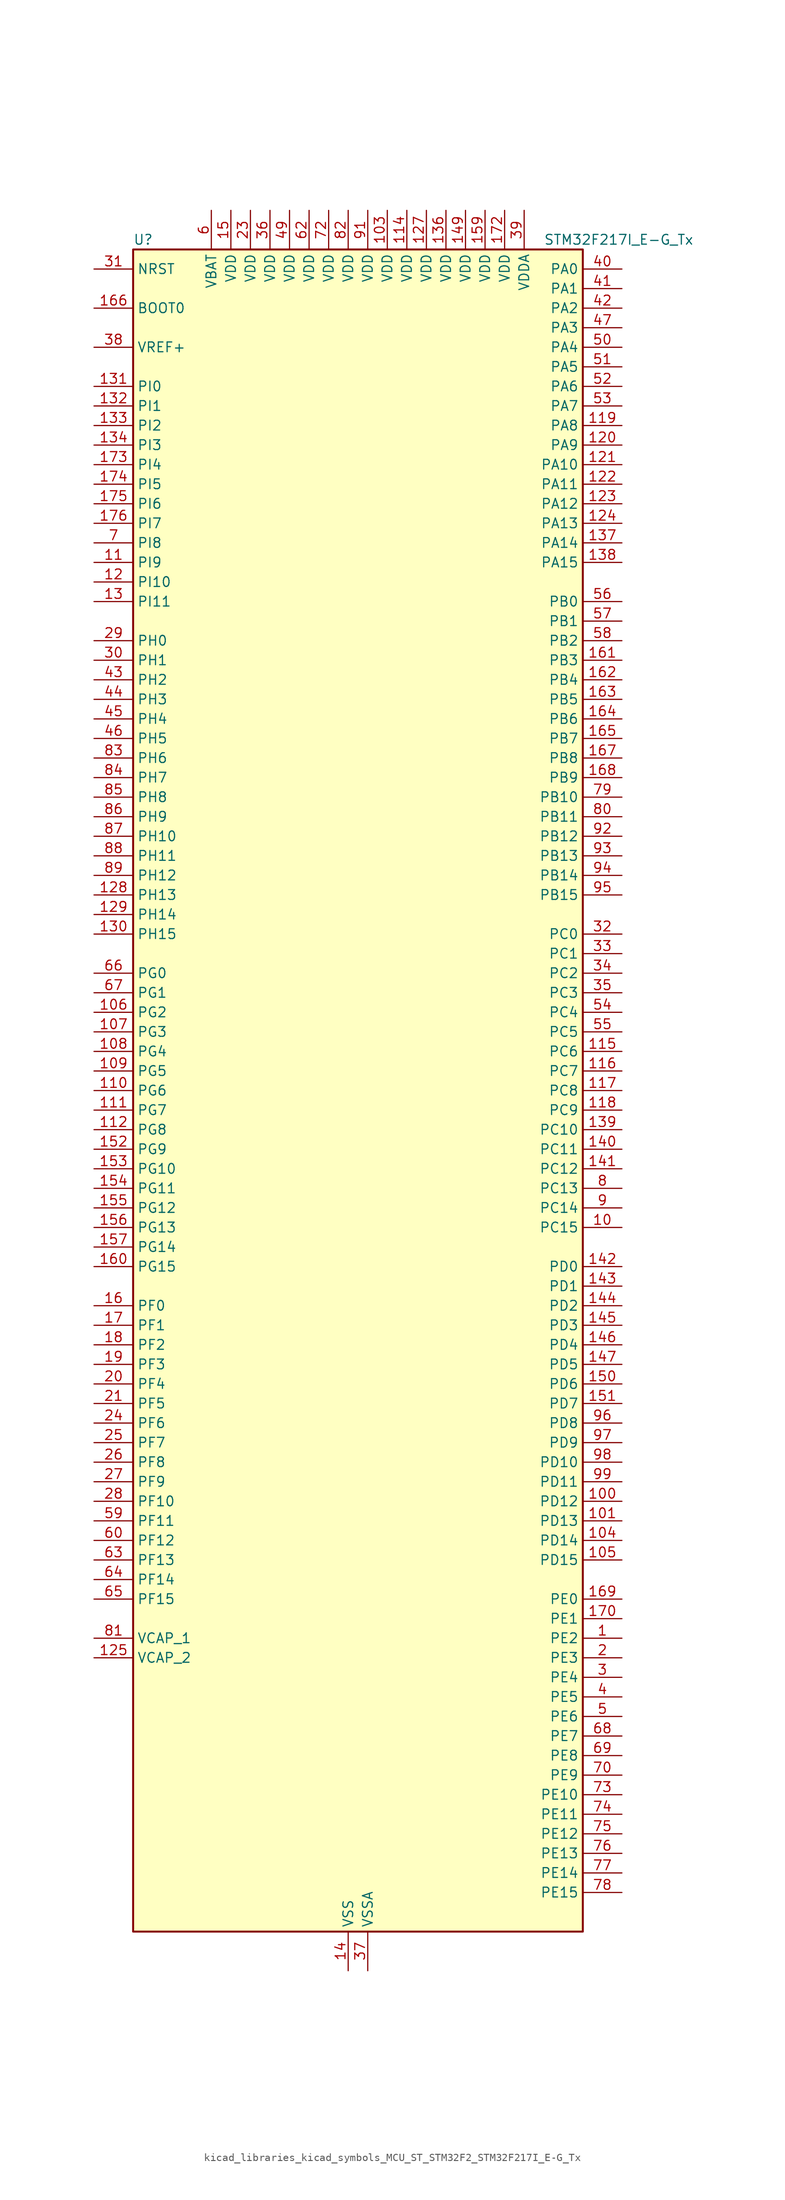
<source format=kicad_sym>
(kicad_symbol_lib
  (version 20220914)
  (generator kicad_symbol_editor)
  (symbol "kicad_libraries_kicad_symbols_MCU_ST_STM32F2_STM32F217I_E-G_Tx"
    (property "Reference" "U"
      (at -27.94 110.49 0)
      (effects (font (size 1.27 1.27)) (justify left)))
    (property "Value" "STM32F217I_E-G_Tx"
      (at 25.4 110.49 0)
      (effects (font (size 1.27 1.27)) (justify left)))
    (property "ki_locked" ""
      (at 0 0 0)
      (effects (font (size 1.27 1.27))))
    (symbol "kicad_libraries_kicad_symbols_MCU_ST_STM32F2_STM32F217I_E-G_Tx_0_1"
      (rectangle (start -27.94 -109.22) (end 30.48 109.22) (stroke (width 0.254) (type default)) (fill (type background))))
    (symbol "kicad_libraries_kicad_symbols_MCU_ST_STM32F2_STM32F217I_E-G_Tx_1_1"
      (pin bidirectional line (at 35.56 -71.12 180) (length 5.08) (name "PE2" (effects (font (size 1.27 1.27)))) (number "1" (effects (font (size 1.27 1.27)))) (alternate "ETH_TXD3" bidirectional line) (alternate "FSMC_A23" bidirectional line) (alternate "SYS_TRACECLK" bidirectional line))
      (pin bidirectional line (at 35.56 -17.78 180) (length 5.08) (name "PC15" (effects (font (size 1.27 1.27)))) (number "10" (effects (font (size 1.27 1.27)))) (alternate "ADC1_EXTI15" bidirectional line) (alternate "ADC2_EXTI15" bidirectional line) (alternate "ADC3_EXTI15" bidirectional line) (alternate "RCC_OSC32_OUT" bidirectional line))
      (pin bidirectional line (at 35.56 -53.34 180) (length 5.08) (name "PD12" (effects (font (size 1.27 1.27)))) (number "100" (effects (font (size 1.27 1.27)))) (alternate "FSMC_A17" bidirectional line) (alternate "FSMC_ALE" bidirectional line) (alternate "TIM4_CH1" bidirectional line) (alternate "USART3_RTS" bidirectional line))
      (pin bidirectional line (at 35.56 -55.88 180) (length 5.08) (name "PD13" (effects (font (size 1.27 1.27)))) (number "101" (effects (font (size 1.27 1.27)))) (alternate "FSMC_A18" bidirectional line) (alternate "TIM4_CH2" bidirectional line))
      (pin passive line (at 0 -114.3 90) (length 5.08) hide (name "VSS" (effects (font (size 1.27 1.27)))) (number "102" (effects (font (size 1.27 1.27)))))
      (pin power_in line (at 5.08 114.3 270) (length 5.08) (name "VDD" (effects (font (size 1.27 1.27)))) (number "103" (effects (font (size 1.27 1.27)))))
      (pin bidirectional line (at 35.56 -58.42 180) (length 5.08) (name "PD14" (effects (font (size 1.27 1.27)))) (number "104" (effects (font (size 1.27 1.27)))) (alternate "FSMC_D0" bidirectional line) (alternate "FSMC_DA0" bidirectional line) (alternate "TIM4_CH3" bidirectional line))
      (pin bidirectional line (at 35.56 -60.96 180) (length 5.08) (name "PD15" (effects (font (size 1.27 1.27)))) (number "105" (effects (font (size 1.27 1.27)))) (alternate "ADC1_EXTI15" bidirectional line) (alternate "ADC2_EXTI15" bidirectional line) (alternate "ADC3_EXTI15" bidirectional line) (alternate "FSMC_D1" bidirectional line) (alternate "FSMC_DA1" bidirectional line) (alternate "TIM4_CH4" bidirectional line))
      (pin bidirectional line (at -33.02 10.16 0) (length 5.08) (name "PG2" (effects (font (size 1.27 1.27)))) (number "106" (effects (font (size 1.27 1.27)))) (alternate "FSMC_A12" bidirectional line))
      (pin bidirectional line (at -33.02 7.62 0) (length 5.08) (name "PG3" (effects (font (size 1.27 1.27)))) (number "107" (effects (font (size 1.27 1.27)))) (alternate "FSMC_A13" bidirectional line))
      (pin bidirectional line (at -33.02 5.08 0) (length 5.08) (name "PG4" (effects (font (size 1.27 1.27)))) (number "108" (effects (font (size 1.27 1.27)))) (alternate "FSMC_A14" bidirectional line))
      (pin bidirectional line (at -33.02 2.54 0) (length 5.08) (name "PG5" (effects (font (size 1.27 1.27)))) (number "109" (effects (font (size 1.27 1.27)))) (alternate "FSMC_A15" bidirectional line))
      (pin bidirectional line (at -33.02 68.58 0) (length 5.08) (name "PI9" (effects (font (size 1.27 1.27)))) (number "11" (effects (font (size 1.27 1.27)))) (alternate "CAN1_RX" bidirectional line) (alternate "DAC_EXTI9" bidirectional line))
      (pin bidirectional line (at -33.02 0 0) (length 5.08) (name "PG6" (effects (font (size 1.27 1.27)))) (number "110" (effects (font (size 1.27 1.27)))) (alternate "FSMC_INT2" bidirectional line))
      (pin bidirectional line (at -33.02 -2.54 0) (length 5.08) (name "PG7" (effects (font (size 1.27 1.27)))) (number "111" (effects (font (size 1.27 1.27)))) (alternate "FSMC_INT3" bidirectional line) (alternate "USART6_CK" bidirectional line))
      (pin bidirectional line (at -33.02 -5.08 0) (length 5.08) (name "PG8" (effects (font (size 1.27 1.27)))) (number "112" (effects (font (size 1.27 1.27)))) (alternate "ETH_PPS_OUT" bidirectional line) (alternate "USART6_RTS" bidirectional line))
      (pin passive line (at 0 -114.3 90) (length 5.08) hide (name "VSS" (effects (font (size 1.27 1.27)))) (number "113" (effects (font (size 1.27 1.27)))))
      (pin power_in line (at 7.62 114.3 270) (length 5.08) (name "VDD" (effects (font (size 1.27 1.27)))) (number "114" (effects (font (size 1.27 1.27)))))
      (pin bidirectional line (at 35.56 5.08 180) (length 5.08) (name "PC6" (effects (font (size 1.27 1.27)))) (number "115" (effects (font (size 1.27 1.27)))) (alternate "DCMI_D0" bidirectional line) (alternate "I2S2_MCK" bidirectional line) (alternate "SDIO_D6" bidirectional line) (alternate "TIM3_CH1" bidirectional line) (alternate "TIM8_CH1" bidirectional line) (alternate "USART6_TX" bidirectional line))
      (pin bidirectional line (at 35.56 2.54 180) (length 5.08) (name "PC7" (effects (font (size 1.27 1.27)))) (number "116" (effects (font (size 1.27 1.27)))) (alternate "DCMI_D1" bidirectional line) (alternate "I2S3_MCK" bidirectional line) (alternate "SDIO_D7" bidirectional line) (alternate "TIM3_CH2" bidirectional line) (alternate "TIM8_CH2" bidirectional line) (alternate "USART6_RX" bidirectional line))
      (pin bidirectional line (at 35.56 0 180) (length 5.08) (name "PC8" (effects (font (size 1.27 1.27)))) (number "117" (effects (font (size 1.27 1.27)))) (alternate "DCMI_D2" bidirectional line) (alternate "SDIO_D0" bidirectional line) (alternate "TIM3_CH3" bidirectional line) (alternate "TIM8_CH3" bidirectional line) (alternate "USART6_CK" bidirectional line))
      (pin bidirectional line (at 35.56 -2.54 180) (length 5.08) (name "PC9" (effects (font (size 1.27 1.27)))) (number "118" (effects (font (size 1.27 1.27)))) (alternate "DAC_EXTI9" bidirectional line) (alternate "DCMI_D3" bidirectional line) (alternate "I2C3_SDA" bidirectional line) (alternate "I2S_CKIN" bidirectional line) (alternate "RCC_MCO_2" bidirectional line) (alternate "SDIO_D1" bidirectional line) (alternate "TIM3_CH4" bidirectional line) (alternate "TIM8_CH4" bidirectional line))
      (pin bidirectional line (at 35.56 86.36 180) (length 5.08) (name "PA8" (effects (font (size 1.27 1.27)))) (number "119" (effects (font (size 1.27 1.27)))) (alternate "I2C3_SCL" bidirectional line) (alternate "RCC_MCO_1" bidirectional line) (alternate "TIM1_CH1" bidirectional line) (alternate "USART1_CK" bidirectional line) (alternate "USB_OTG_FS_SOF" bidirectional line))
      (pin bidirectional line (at -33.02 66.04 0) (length 5.08) (name "PI10" (effects (font (size 1.27 1.27)))) (number "12" (effects (font (size 1.27 1.27)))) (alternate "ETH_RX_ER" bidirectional line))
      (pin bidirectional line (at 35.56 83.82 180) (length 5.08) (name "PA9" (effects (font (size 1.27 1.27)))) (number "120" (effects (font (size 1.27 1.27)))) (alternate "DAC_EXTI9" bidirectional line) (alternate "DCMI_D0" bidirectional line) (alternate "I2C3_SMBA" bidirectional line) (alternate "TIM1_CH2" bidirectional line) (alternate "USART1_TX" bidirectional line) (alternate "USB_OTG_FS_VBUS" bidirectional line))
      (pin bidirectional line (at 35.56 81.28 180) (length 5.08) (name "PA10" (effects (font (size 1.27 1.27)))) (number "121" (effects (font (size 1.27 1.27)))) (alternate "DCMI_D1" bidirectional line) (alternate "TIM1_CH3" bidirectional line) (alternate "USART1_RX" bidirectional line) (alternate "USB_OTG_FS_ID" bidirectional line))
      (pin bidirectional line (at 35.56 78.74 180) (length 5.08) (name "PA11" (effects (font (size 1.27 1.27)))) (number "122" (effects (font (size 1.27 1.27)))) (alternate "ADC1_EXTI11" bidirectional line) (alternate "ADC2_EXTI11" bidirectional line) (alternate "ADC3_EXTI11" bidirectional line) (alternate "CAN1_RX" bidirectional line) (alternate "TIM1_CH4" bidirectional line) (alternate "USART1_CTS" bidirectional line) (alternate "USB_OTG_FS_DM" bidirectional line))
      (pin bidirectional line (at 35.56 76.2 180) (length 5.08) (name "PA12" (effects (font (size 1.27 1.27)))) (number "123" (effects (font (size 1.27 1.27)))) (alternate "CAN1_TX" bidirectional line) (alternate "TIM1_ETR" bidirectional line) (alternate "USART1_RTS" bidirectional line) (alternate "USB_OTG_FS_DP" bidirectional line))
      (pin bidirectional line (at 35.56 73.66 180) (length 5.08) (name "PA13" (effects (font (size 1.27 1.27)))) (number "124" (effects (font (size 1.27 1.27)))) (alternate "SYS_JTMS-SWDIO" bidirectional line))
      (pin power_out line (at -33.02 -73.66 0) (length 5.08) (name "VCAP_2" (effects (font (size 1.27 1.27)))) (number "125" (effects (font (size 1.27 1.27)))))
      (pin passive line (at 0 -114.3 90) (length 5.08) hide (name "VSS" (effects (font (size 1.27 1.27)))) (number "126" (effects (font (size 1.27 1.27)))))
      (pin power_in line (at 10.16 114.3 270) (length 5.08) (name "VDD" (effects (font (size 1.27 1.27)))) (number "127" (effects (font (size 1.27 1.27)))))
      (pin bidirectional line (at -33.02 25.4 0) (length 5.08) (name "PH13" (effects (font (size 1.27 1.27)))) (number "128" (effects (font (size 1.27 1.27)))) (alternate "CAN1_TX" bidirectional line) (alternate "TIM8_CH1N" bidirectional line))
      (pin bidirectional line (at -33.02 22.86 0) (length 5.08) (name "PH14" (effects (font (size 1.27 1.27)))) (number "129" (effects (font (size 1.27 1.27)))) (alternate "DCMI_D4" bidirectional line) (alternate "TIM8_CH2N" bidirectional line))
      (pin bidirectional line (at -33.02 63.5 0) (length 5.08) (name "PI11" (effects (font (size 1.27 1.27)))) (number "13" (effects (font (size 1.27 1.27)))) (alternate "ADC1_EXTI11" bidirectional line) (alternate "ADC2_EXTI11" bidirectional line) (alternate "ADC3_EXTI11" bidirectional line) (alternate "USB_OTG_HS_ULPI_DIR" bidirectional line))
      (pin bidirectional line (at -33.02 20.32 0) (length 5.08) (name "PH15" (effects (font (size 1.27 1.27)))) (number "130" (effects (font (size 1.27 1.27)))) (alternate "ADC1_EXTI15" bidirectional line) (alternate "ADC2_EXTI15" bidirectional line) (alternate "ADC3_EXTI15" bidirectional line) (alternate "DCMI_D11" bidirectional line) (alternate "TIM8_CH3N" bidirectional line))
      (pin bidirectional line (at -33.02 91.44 0) (length 5.08) (name "PI0" (effects (font (size 1.27 1.27)))) (number "131" (effects (font (size 1.27 1.27)))) (alternate "DCMI_D13" bidirectional line) (alternate "I2S2_WS" bidirectional line) (alternate "SPI2_NSS" bidirectional line) (alternate "TIM5_CH4" bidirectional line))
      (pin bidirectional line (at -33.02 88.9 0) (length 5.08) (name "PI1" (effects (font (size 1.27 1.27)))) (number "132" (effects (font (size 1.27 1.27)))) (alternate "DCMI_D8" bidirectional line) (alternate "I2S2_SCK" bidirectional line) (alternate "SPI2_SCK" bidirectional line))
      (pin bidirectional line (at -33.02 86.36 0) (length 5.08) (name "PI2" (effects (font (size 1.27 1.27)))) (number "133" (effects (font (size 1.27 1.27)))) (alternate "DCMI_D9" bidirectional line) (alternate "SPI2_MISO" bidirectional line) (alternate "TIM8_CH4" bidirectional line))
      (pin bidirectional line (at -33.02 83.82 0) (length 5.08) (name "PI3" (effects (font (size 1.27 1.27)))) (number "134" (effects (font (size 1.27 1.27)))) (alternate "DCMI_D10" bidirectional line) (alternate "I2S2_SD" bidirectional line) (alternate "SPI2_MOSI" bidirectional line) (alternate "TIM8_ETR" bidirectional line))
      (pin passive line (at 0 -114.3 90) (length 5.08) hide (name "VSS" (effects (font (size 1.27 1.27)))) (number "135" (effects (font (size 1.27 1.27)))))
      (pin power_in line (at 12.7 114.3 270) (length 5.08) (name "VDD" (effects (font (size 1.27 1.27)))) (number "136" (effects (font (size 1.27 1.27)))))
      (pin bidirectional line (at 35.56 71.12 180) (length 5.08) (name "PA14" (effects (font (size 1.27 1.27)))) (number "137" (effects (font (size 1.27 1.27)))) (alternate "SYS_JTCK-SWCLK" bidirectional line))
      (pin bidirectional line (at 35.56 68.58 180) (length 5.08) (name "PA15" (effects (font (size 1.27 1.27)))) (number "138" (effects (font (size 1.27 1.27)))) (alternate "ADC1_EXTI15" bidirectional line) (alternate "ADC2_EXTI15" bidirectional line) (alternate "ADC3_EXTI15" bidirectional line) (alternate "I2S3_WS" bidirectional line) (alternate "SPI1_NSS" bidirectional line) (alternate "SPI3_NSS" bidirectional line) (alternate "SYS_JTDI" bidirectional line) (alternate "TIM2_CH1" bidirectional line) (alternate "TIM2_ETR" bidirectional line))
      (pin bidirectional line (at 35.56 -5.08 180) (length 5.08) (name "PC10" (effects (font (size 1.27 1.27)))) (number "139" (effects (font (size 1.27 1.27)))) (alternate "DCMI_D8" bidirectional line) (alternate "I2S3_SCK" bidirectional line) (alternate "SDIO_D2" bidirectional line) (alternate "SPI3_SCK" bidirectional line) (alternate "UART4_TX" bidirectional line) (alternate "USART3_TX" bidirectional line))
      (pin power_in line (at 0 -114.3 90) (length 5.08) (name "VSS" (effects (font (size 1.27 1.27)))) (number "14" (effects (font (size 1.27 1.27)))))
      (pin bidirectional line (at 35.56 -7.62 180) (length 5.08) (name "PC11" (effects (font (size 1.27 1.27)))) (number "140" (effects (font (size 1.27 1.27)))) (alternate "ADC1_EXTI11" bidirectional line) (alternate "ADC2_EXTI11" bidirectional line) (alternate "ADC3_EXTI11" bidirectional line) (alternate "DCMI_D4" bidirectional line) (alternate "SDIO_D3" bidirectional line) (alternate "SPI3_MISO" bidirectional line) (alternate "UART4_RX" bidirectional line) (alternate "USART3_RX" bidirectional line))
      (pin bidirectional line (at 35.56 -10.16 180) (length 5.08) (name "PC12" (effects (font (size 1.27 1.27)))) (number "141" (effects (font (size 1.27 1.27)))) (alternate "DCMI_D9" bidirectional line) (alternate "I2S3_SD" bidirectional line) (alternate "SDIO_CK" bidirectional line) (alternate "SPI3_MOSI" bidirectional line) (alternate "UART5_TX" bidirectional line) (alternate "USART3_CK" bidirectional line))
      (pin bidirectional line (at 35.56 -22.86 180) (length 5.08) (name "PD0" (effects (font (size 1.27 1.27)))) (number "142" (effects (font (size 1.27 1.27)))) (alternate "CAN1_RX" bidirectional line) (alternate "FSMC_D2" bidirectional line) (alternate "FSMC_DA2" bidirectional line))
      (pin bidirectional line (at 35.56 -25.4 180) (length 5.08) (name "PD1" (effects (font (size 1.27 1.27)))) (number "143" (effects (font (size 1.27 1.27)))) (alternate "CAN1_TX" bidirectional line) (alternate "FSMC_D3" bidirectional line) (alternate "FSMC_DA3" bidirectional line))
      (pin bidirectional line (at 35.56 -27.94 180) (length 5.08) (name "PD2" (effects (font (size 1.27 1.27)))) (number "144" (effects (font (size 1.27 1.27)))) (alternate "DCMI_D11" bidirectional line) (alternate "SDIO_CMD" bidirectional line) (alternate "TIM3_ETR" bidirectional line) (alternate "UART5_RX" bidirectional line))
      (pin bidirectional line (at 35.56 -30.48 180) (length 5.08) (name "PD3" (effects (font (size 1.27 1.27)))) (number "145" (effects (font (size 1.27 1.27)))) (alternate "FSMC_CLK" bidirectional line) (alternate "USART2_CTS" bidirectional line))
      (pin bidirectional line (at 35.56 -33.02 180) (length 5.08) (name "PD4" (effects (font (size 1.27 1.27)))) (number "146" (effects (font (size 1.27 1.27)))) (alternate "FSMC_NOE" bidirectional line) (alternate "USART2_RTS" bidirectional line))
      (pin bidirectional line (at 35.56 -35.56 180) (length 5.08) (name "PD5" (effects (font (size 1.27 1.27)))) (number "147" (effects (font (size 1.27 1.27)))) (alternate "FSMC_NWE" bidirectional line) (alternate "USART2_TX" bidirectional line))
      (pin passive line (at 0 -114.3 90) (length 5.08) hide (name "VSS" (effects (font (size 1.27 1.27)))) (number "148" (effects (font (size 1.27 1.27)))))
      (pin power_in line (at 15.24 114.3 270) (length 5.08) (name "VDD" (effects (font (size 1.27 1.27)))) (number "149" (effects (font (size 1.27 1.27)))))
      (pin power_in line (at -15.24 114.3 270) (length 5.08) (name "VDD" (effects (font (size 1.27 1.27)))) (number "15" (effects (font (size 1.27 1.27)))))
      (pin bidirectional line (at 35.56 -38.1 180) (length 5.08) (name "PD6" (effects (font (size 1.27 1.27)))) (number "150" (effects (font (size 1.27 1.27)))) (alternate "FSMC_NWAIT" bidirectional line) (alternate "USART2_RX" bidirectional line))
      (pin bidirectional line (at 35.56 -40.64 180) (length 5.08) (name "PD7" (effects (font (size 1.27 1.27)))) (number "151" (effects (font (size 1.27 1.27)))) (alternate "FSMC_NCE2" bidirectional line) (alternate "FSMC_NE1" bidirectional line) (alternate "USART2_CK" bidirectional line))
      (pin bidirectional line (at -33.02 -7.62 0) (length 5.08) (name "PG9" (effects (font (size 1.27 1.27)))) (number "152" (effects (font (size 1.27 1.27)))) (alternate "DAC_EXTI9" bidirectional line) (alternate "FSMC_NCE3" bidirectional line) (alternate "FSMC_NE2" bidirectional line) (alternate "USART6_RX" bidirectional line))
      (pin bidirectional line (at -33.02 -10.16 0) (length 5.08) (name "PG10" (effects (font (size 1.27 1.27)))) (number "153" (effects (font (size 1.27 1.27)))) (alternate "FSMC_NCE4_1" bidirectional line) (alternate "FSMC_NE3" bidirectional line))
      (pin bidirectional line (at -33.02 -12.7 0) (length 5.08) (name "PG11" (effects (font (size 1.27 1.27)))) (number "154" (effects (font (size 1.27 1.27)))) (alternate "ADC1_EXTI11" bidirectional line) (alternate "ADC2_EXTI11" bidirectional line) (alternate "ADC3_EXTI11" bidirectional line) (alternate "ETH_TX_EN" bidirectional line) (alternate "FSMC_NCE4_2" bidirectional line))
      (pin bidirectional line (at -33.02 -15.24 0) (length 5.08) (name "PG12" (effects (font (size 1.27 1.27)))) (number "155" (effects (font (size 1.27 1.27)))) (alternate "FSMC_NE4" bidirectional line) (alternate "USART6_RTS" bidirectional line))
      (pin bidirectional line (at -33.02 -17.78 0) (length 5.08) (name "PG13" (effects (font (size 1.27 1.27)))) (number "156" (effects (font (size 1.27 1.27)))) (alternate "ETH_TXD0" bidirectional line) (alternate "FSMC_A24" bidirectional line) (alternate "USART6_CTS" bidirectional line))
      (pin bidirectional line (at -33.02 -20.32 0) (length 5.08) (name "PG14" (effects (font (size 1.27 1.27)))) (number "157" (effects (font (size 1.27 1.27)))) (alternate "ETH_TXD1" bidirectional line) (alternate "FSMC_A25" bidirectional line) (alternate "USART6_TX" bidirectional line))
      (pin passive line (at 0 -114.3 90) (length 5.08) hide (name "VSS" (effects (font (size 1.27 1.27)))) (number "158" (effects (font (size 1.27 1.27)))))
      (pin power_in line (at 17.78 114.3 270) (length 5.08) (name "VDD" (effects (font (size 1.27 1.27)))) (number "159" (effects (font (size 1.27 1.27)))))
      (pin bidirectional line (at -33.02 -27.94 0) (length 5.08) (name "PF0" (effects (font (size 1.27 1.27)))) (number "16" (effects (font (size 1.27 1.27)))) (alternate "FSMC_A0" bidirectional line) (alternate "I2C2_SDA" bidirectional line))
      (pin bidirectional line (at -33.02 -22.86 0) (length 5.08) (name "PG15" (effects (font (size 1.27 1.27)))) (number "160" (effects (font (size 1.27 1.27)))) (alternate "ADC1_EXTI15" bidirectional line) (alternate "ADC2_EXTI15" bidirectional line) (alternate "ADC3_EXTI15" bidirectional line) (alternate "DCMI_D13" bidirectional line) (alternate "USART6_CTS" bidirectional line))
      (pin bidirectional line (at 35.56 55.88 180) (length 5.08) (name "PB3" (effects (font (size 1.27 1.27)))) (number "161" (effects (font (size 1.27 1.27)))) (alternate "I2S3_SCK" bidirectional line) (alternate "SPI1_SCK" bidirectional line) (alternate "SPI3_SCK" bidirectional line) (alternate "SYS_JTDO-SWO" bidirectional line) (alternate "TIM2_CH2" bidirectional line))
      (pin bidirectional line (at 35.56 53.34 180) (length 5.08) (name "PB4" (effects (font (size 1.27 1.27)))) (number "162" (effects (font (size 1.27 1.27)))) (alternate "SPI1_MISO" bidirectional line) (alternate "SPI3_MISO" bidirectional line) (alternate "SYS_JTRST" bidirectional line) (alternate "TIM3_CH1" bidirectional line))
      (pin bidirectional line (at 35.56 50.8 180) (length 5.08) (name "PB5" (effects (font (size 1.27 1.27)))) (number "163" (effects (font (size 1.27 1.27)))) (alternate "CAN2_RX" bidirectional line) (alternate "DCMI_D10" bidirectional line) (alternate "ETH_PPS_OUT" bidirectional line) (alternate "I2C1_SMBA" bidirectional line) (alternate "I2S3_SD" bidirectional line) (alternate "SPI1_MOSI" bidirectional line) (alternate "SPI3_MOSI" bidirectional line) (alternate "TIM3_CH2" bidirectional line) (alternate "USB_OTG_HS_ULPI_D7" bidirectional line))
      (pin bidirectional line (at 35.56 48.26 180) (length 5.08) (name "PB6" (effects (font (size 1.27 1.27)))) (number "164" (effects (font (size 1.27 1.27)))) (alternate "CAN2_TX" bidirectional line) (alternate "DCMI_D5" bidirectional line) (alternate "I2C1_SCL" bidirectional line) (alternate "TIM4_CH1" bidirectional line) (alternate "USART1_TX" bidirectional line))
      (pin bidirectional line (at 35.56 45.72 180) (length 5.08) (name "PB7" (effects (font (size 1.27 1.27)))) (number "165" (effects (font (size 1.27 1.27)))) (alternate "DCMI_VSYNC" bidirectional line) (alternate "FSMC_NL" bidirectional line) (alternate "I2C1_SDA" bidirectional line) (alternate "TIM4_CH2" bidirectional line) (alternate "USART1_RX" bidirectional line))
      (pin input line (at -33.02 101.6 0) (length 5.08) (name "BOOT0" (effects (font (size 1.27 1.27)))) (number "166" (effects (font (size 1.27 1.27)))))
      (pin bidirectional line (at 35.56 43.18 180) (length 5.08) (name "PB8" (effects (font (size 1.27 1.27)))) (number "167" (effects (font (size 1.27 1.27)))) (alternate "CAN1_RX" bidirectional line) (alternate "DCMI_D6" bidirectional line) (alternate "ETH_TXD3" bidirectional line) (alternate "I2C1_SCL" bidirectional line) (alternate "SDIO_D4" bidirectional line) (alternate "TIM10_CH1" bidirectional line) (alternate "TIM4_CH3" bidirectional line))
      (pin bidirectional line (at 35.56 40.64 180) (length 5.08) (name "PB9" (effects (font (size 1.27 1.27)))) (number "168" (effects (font (size 1.27 1.27)))) (alternate "CAN1_TX" bidirectional line) (alternate "DAC_EXTI9" bidirectional line) (alternate "DCMI_D7" bidirectional line) (alternate "I2C1_SDA" bidirectional line) (alternate "I2S2_WS" bidirectional line) (alternate "SDIO_D5" bidirectional line) (alternate "SPI2_NSS" bidirectional line) (alternate "TIM11_CH1" bidirectional line) (alternate "TIM4_CH4" bidirectional line))
      (pin bidirectional line (at 35.56 -66.04 180) (length 5.08) (name "PE0" (effects (font (size 1.27 1.27)))) (number "169" (effects (font (size 1.27 1.27)))) (alternate "DCMI_D2" bidirectional line) (alternate "FSMC_NBL0" bidirectional line) (alternate "TIM4_ETR" bidirectional line))
      (pin bidirectional line (at -33.02 -30.48 0) (length 5.08) (name "PF1" (effects (font (size 1.27 1.27)))) (number "17" (effects (font (size 1.27 1.27)))) (alternate "FSMC_A1" bidirectional line) (alternate "I2C2_SCL" bidirectional line))
      (pin bidirectional line (at 35.56 -68.58 180) (length 5.08) (name "PE1" (effects (font (size 1.27 1.27)))) (number "170" (effects (font (size 1.27 1.27)))) (alternate "DCMI_D3" bidirectional line) (alternate "FSMC_NBL1" bidirectional line))
      (pin no_connect line (at -27.94 -109.22 0) (length 5.08) hide (name "RFU" (effects (font (size 1.27 1.27)))) (number "171" (effects (font (size 1.27 1.27)))))
      (pin power_in line (at 20.32 114.3 270) (length 5.08) (name "VDD" (effects (font (size 1.27 1.27)))) (number "172" (effects (font (size 1.27 1.27)))))
      (pin bidirectional line (at -33.02 81.28 0) (length 5.08) (name "PI4" (effects (font (size 1.27 1.27)))) (number "173" (effects (font (size 1.27 1.27)))) (alternate "DCMI_D5" bidirectional line) (alternate "TIM8_BKIN" bidirectional line))
      (pin bidirectional line (at -33.02 78.74 0) (length 5.08) (name "PI5" (effects (font (size 1.27 1.27)))) (number "174" (effects (font (size 1.27 1.27)))) (alternate "DCMI_VSYNC" bidirectional line) (alternate "TIM8_CH1" bidirectional line))
      (pin bidirectional line (at -33.02 76.2 0) (length 5.08) (name "PI6" (effects (font (size 1.27 1.27)))) (number "175" (effects (font (size 1.27 1.27)))) (alternate "DCMI_D6" bidirectional line) (alternate "TIM8_CH2" bidirectional line))
      (pin bidirectional line (at -33.02 73.66 0) (length 5.08) (name "PI7" (effects (font (size 1.27 1.27)))) (number "176" (effects (font (size 1.27 1.27)))) (alternate "DCMI_D7" bidirectional line) (alternate "TIM8_CH3" bidirectional line))
      (pin bidirectional line (at -33.02 -33.02 0) (length 5.08) (name "PF2" (effects (font (size 1.27 1.27)))) (number "18" (effects (font (size 1.27 1.27)))) (alternate "FSMC_A2" bidirectional line) (alternate "I2C2_SMBA" bidirectional line))
      (pin bidirectional line (at -33.02 -35.56 0) (length 5.08) (name "PF3" (effects (font (size 1.27 1.27)))) (number "19" (effects (font (size 1.27 1.27)))) (alternate "ADC3_IN9" bidirectional line) (alternate "FSMC_A3" bidirectional line))
      (pin bidirectional line (at 35.56 -73.66 180) (length 5.08) (name "PE3" (effects (font (size 1.27 1.27)))) (number "2" (effects (font (size 1.27 1.27)))) (alternate "FSMC_A19" bidirectional line) (alternate "SYS_TRACED0" bidirectional line))
      (pin bidirectional line (at -33.02 -38.1 0) (length 5.08) (name "PF4" (effects (font (size 1.27 1.27)))) (number "20" (effects (font (size 1.27 1.27)))) (alternate "ADC3_IN14" bidirectional line) (alternate "FSMC_A4" bidirectional line))
      (pin bidirectional line (at -33.02 -40.64 0) (length 5.08) (name "PF5" (effects (font (size 1.27 1.27)))) (number "21" (effects (font (size 1.27 1.27)))) (alternate "ADC3_IN15" bidirectional line) (alternate "FSMC_A5" bidirectional line))
      (pin passive line (at 0 -114.3 90) (length 5.08) hide (name "VSS" (effects (font (size 1.27 1.27)))) (number "22" (effects (font (size 1.27 1.27)))))
      (pin power_in line (at -12.7 114.3 270) (length 5.08) (name "VDD" (effects (font (size 1.27 1.27)))) (number "23" (effects (font (size 1.27 1.27)))))
      (pin bidirectional line (at -33.02 -43.18 0) (length 5.08) (name "PF6" (effects (font (size 1.27 1.27)))) (number "24" (effects (font (size 1.27 1.27)))) (alternate "ADC3_IN4" bidirectional line) (alternate "FSMC_NIORD" bidirectional line) (alternate "TIM10_CH1" bidirectional line))
      (pin bidirectional line (at -33.02 -45.72 0) (length 5.08) (name "PF7" (effects (font (size 1.27 1.27)))) (number "25" (effects (font (size 1.27 1.27)))) (alternate "ADC3_IN5" bidirectional line) (alternate "FSMC_NREG" bidirectional line) (alternate "TIM11_CH1" bidirectional line))
      (pin bidirectional line (at -33.02 -48.26 0) (length 5.08) (name "PF8" (effects (font (size 1.27 1.27)))) (number "26" (effects (font (size 1.27 1.27)))) (alternate "ADC3_IN6" bidirectional line) (alternate "FSMC_NIOWR" bidirectional line) (alternate "TIM13_CH1" bidirectional line))
      (pin bidirectional line (at -33.02 -50.8 0) (length 5.08) (name "PF9" (effects (font (size 1.27 1.27)))) (number "27" (effects (font (size 1.27 1.27)))) (alternate "ADC3_IN7" bidirectional line) (alternate "DAC_EXTI9" bidirectional line) (alternate "FSMC_CD" bidirectional line) (alternate "TIM14_CH1" bidirectional line))
      (pin bidirectional line (at -33.02 -53.34 0) (length 5.08) (name "PF10" (effects (font (size 1.27 1.27)))) (number "28" (effects (font (size 1.27 1.27)))) (alternate "ADC3_IN8" bidirectional line) (alternate "FSMC_INTR" bidirectional line))
      (pin bidirectional line (at -33.02 58.42 0) (length 5.08) (name "PH0" (effects (font (size 1.27 1.27)))) (number "29" (effects (font (size 1.27 1.27)))) (alternate "RCC_OSC_IN" bidirectional line))
      (pin bidirectional line (at 35.56 -76.2 180) (length 5.08) (name "PE4" (effects (font (size 1.27 1.27)))) (number "3" (effects (font (size 1.27 1.27)))) (alternate "DCMI_D4" bidirectional line) (alternate "FSMC_A20" bidirectional line) (alternate "SYS_TRACED1" bidirectional line))
      (pin bidirectional line (at -33.02 55.88 0) (length 5.08) (name "PH1" (effects (font (size 1.27 1.27)))) (number "30" (effects (font (size 1.27 1.27)))) (alternate "RCC_OSC_OUT" bidirectional line))
      (pin input line (at -33.02 106.68 0) (length 5.08) (name "NRST" (effects (font (size 1.27 1.27)))) (number "31" (effects (font (size 1.27 1.27)))))
      (pin bidirectional line (at 35.56 20.32 180) (length 5.08) (name "PC0" (effects (font (size 1.27 1.27)))) (number "32" (effects (font (size 1.27 1.27)))) (alternate "ADC1_IN10" bidirectional line) (alternate "ADC2_IN10" bidirectional line) (alternate "ADC3_IN10" bidirectional line) (alternate "USB_OTG_HS_ULPI_STP" bidirectional line))
      (pin bidirectional line (at 35.56 17.78 180) (length 5.08) (name "PC1" (effects (font (size 1.27 1.27)))) (number "33" (effects (font (size 1.27 1.27)))) (alternate "ADC1_IN11" bidirectional line) (alternate "ADC2_IN11" bidirectional line) (alternate "ADC3_IN11" bidirectional line) (alternate "ETH_MDC" bidirectional line))
      (pin bidirectional line (at 35.56 15.24 180) (length 5.08) (name "PC2" (effects (font (size 1.27 1.27)))) (number "34" (effects (font (size 1.27 1.27)))) (alternate "ADC1_IN12" bidirectional line) (alternate "ADC2_IN12" bidirectional line) (alternate "ADC3_IN12" bidirectional line) (alternate "ETH_TXD2" bidirectional line) (alternate "SPI2_MISO" bidirectional line) (alternate "USB_OTG_HS_ULPI_DIR" bidirectional line))
      (pin bidirectional line (at 35.56 12.7 180) (length 5.08) (name "PC3" (effects (font (size 1.27 1.27)))) (number "35" (effects (font (size 1.27 1.27)))) (alternate "ADC1_IN13" bidirectional line) (alternate "ADC2_IN13" bidirectional line) (alternate "ADC3_IN13" bidirectional line) (alternate "ETH_TX_CLK" bidirectional line) (alternate "I2S2_SD" bidirectional line) (alternate "SPI2_MOSI" bidirectional line) (alternate "USB_OTG_HS_ULPI_NXT" bidirectional line))
      (pin power_in line (at -10.16 114.3 270) (length 5.08) (name "VDD" (effects (font (size 1.27 1.27)))) (number "36" (effects (font (size 1.27 1.27)))))
      (pin power_in line (at 2.54 -114.3 90) (length 5.08) (name "VSSA" (effects (font (size 1.27 1.27)))) (number "37" (effects (font (size 1.27 1.27)))))
      (pin input line (at -33.02 96.52 0) (length 5.08) (name "VREF+" (effects (font (size 1.27 1.27)))) (number "38" (effects (font (size 1.27 1.27)))))
      (pin power_in line (at 22.86 114.3 270) (length 5.08) (name "VDDA" (effects (font (size 1.27 1.27)))) (number "39" (effects (font (size 1.27 1.27)))))
      (pin bidirectional line (at 35.56 -78.74 180) (length 5.08) (name "PE5" (effects (font (size 1.27 1.27)))) (number "4" (effects (font (size 1.27 1.27)))) (alternate "DCMI_D6" bidirectional line) (alternate "FSMC_A21" bidirectional line) (alternate "SYS_TRACED2" bidirectional line) (alternate "TIM9_CH1" bidirectional line))
      (pin bidirectional line (at 35.56 106.68 180) (length 5.08) (name "PA0" (effects (font (size 1.27 1.27)))) (number "40" (effects (font (size 1.27 1.27)))) (alternate "ADC1_IN0" bidirectional line) (alternate "ADC2_IN0" bidirectional line) (alternate "ADC3_IN0" bidirectional line) (alternate "ETH_CRS" bidirectional line) (alternate "SYS_WKUP" bidirectional line) (alternate "TIM2_CH1" bidirectional line) (alternate "TIM2_ETR" bidirectional line) (alternate "TIM5_CH1" bidirectional line) (alternate "TIM8_ETR" bidirectional line) (alternate "UART4_TX" bidirectional line) (alternate "USART2_CTS" bidirectional line))
      (pin bidirectional line (at 35.56 104.14 180) (length 5.08) (name "PA1" (effects (font (size 1.27 1.27)))) (number "41" (effects (font (size 1.27 1.27)))) (alternate "ADC1_IN1" bidirectional line) (alternate "ADC2_IN1" bidirectional line) (alternate "ADC3_IN1" bidirectional line) (alternate "ETH_REF_CLK" bidirectional line) (alternate "ETH_RX_CLK" bidirectional line) (alternate "TIM2_CH2" bidirectional line) (alternate "TIM5_CH2" bidirectional line) (alternate "UART4_RX" bidirectional line) (alternate "USART2_RTS" bidirectional line))
      (pin bidirectional line (at 35.56 101.6 180) (length 5.08) (name "PA2" (effects (font (size 1.27 1.27)))) (number "42" (effects (font (size 1.27 1.27)))) (alternate "ADC1_IN2" bidirectional line) (alternate "ADC2_IN2" bidirectional line) (alternate "ADC3_IN2" bidirectional line) (alternate "ETH_MDIO" bidirectional line) (alternate "TIM2_CH3" bidirectional line) (alternate "TIM5_CH3" bidirectional line) (alternate "TIM9_CH1" bidirectional line) (alternate "USART2_TX" bidirectional line))
      (pin bidirectional line (at -33.02 53.34 0) (length 5.08) (name "PH2" (effects (font (size 1.27 1.27)))) (number "43" (effects (font (size 1.27 1.27)))) (alternate "ETH_CRS" bidirectional line))
      (pin bidirectional line (at -33.02 50.8 0) (length 5.08) (name "PH3" (effects (font (size 1.27 1.27)))) (number "44" (effects (font (size 1.27 1.27)))) (alternate "ETH_COL" bidirectional line))
      (pin bidirectional line (at -33.02 48.26 0) (length 5.08) (name "PH4" (effects (font (size 1.27 1.27)))) (number "45" (effects (font (size 1.27 1.27)))) (alternate "I2C2_SCL" bidirectional line) (alternate "USB_OTG_HS_ULPI_NXT" bidirectional line))
      (pin bidirectional line (at -33.02 45.72 0) (length 5.08) (name "PH5" (effects (font (size 1.27 1.27)))) (number "46" (effects (font (size 1.27 1.27)))) (alternate "I2C2_SDA" bidirectional line))
      (pin bidirectional line (at 35.56 99.06 180) (length 5.08) (name "PA3" (effects (font (size 1.27 1.27)))) (number "47" (effects (font (size 1.27 1.27)))) (alternate "ADC1_IN3" bidirectional line) (alternate "ADC2_IN3" bidirectional line) (alternate "ADC3_IN3" bidirectional line) (alternate "ETH_COL" bidirectional line) (alternate "TIM2_CH4" bidirectional line) (alternate "TIM5_CH4" bidirectional line) (alternate "TIM9_CH2" bidirectional line) (alternate "USART2_RX" bidirectional line) (alternate "USB_OTG_HS_ULPI_D0" bidirectional line))
      (pin passive line (at 0 -114.3 90) (length 5.08) hide (name "VSS" (effects (font (size 1.27 1.27)))) (number "48" (effects (font (size 1.27 1.27)))))
      (pin power_in line (at -7.62 114.3 270) (length 5.08) (name "VDD" (effects (font (size 1.27 1.27)))) (number "49" (effects (font (size 1.27 1.27)))))
      (pin bidirectional line (at 35.56 -81.28 180) (length 5.08) (name "PE6" (effects (font (size 1.27 1.27)))) (number "5" (effects (font (size 1.27 1.27)))) (alternate "DCMI_D7" bidirectional line) (alternate "FSMC_A22" bidirectional line) (alternate "SYS_TRACED3" bidirectional line) (alternate "TIM9_CH2" bidirectional line))
      (pin bidirectional line (at 35.56 96.52 180) (length 5.08) (name "PA4" (effects (font (size 1.27 1.27)))) (number "50" (effects (font (size 1.27 1.27)))) (alternate "ADC1_IN4" bidirectional line) (alternate "ADC2_IN4" bidirectional line) (alternate "DAC_OUT1" bidirectional line) (alternate "DCMI_HSYNC" bidirectional line) (alternate "I2S3_WS" bidirectional line) (alternate "SPI1_NSS" bidirectional line) (alternate "SPI3_NSS" bidirectional line) (alternate "USART2_CK" bidirectional line) (alternate "USB_OTG_HS_SOF" bidirectional line))
      (pin bidirectional line (at 35.56 93.98 180) (length 5.08) (name "PA5" (effects (font (size 1.27 1.27)))) (number "51" (effects (font (size 1.27 1.27)))) (alternate "ADC1_IN5" bidirectional line) (alternate "ADC2_IN5" bidirectional line) (alternate "DAC_OUT2" bidirectional line) (alternate "SPI1_SCK" bidirectional line) (alternate "TIM2_CH1" bidirectional line) (alternate "TIM2_ETR" bidirectional line) (alternate "TIM8_CH1N" bidirectional line) (alternate "USB_OTG_HS_ULPI_CK" bidirectional line))
      (pin bidirectional line (at 35.56 91.44 180) (length 5.08) (name "PA6" (effects (font (size 1.27 1.27)))) (number "52" (effects (font (size 1.27 1.27)))) (alternate "ADC1_IN6" bidirectional line) (alternate "ADC2_IN6" bidirectional line) (alternate "DCMI_PIXCLK" bidirectional line) (alternate "SPI1_MISO" bidirectional line) (alternate "TIM13_CH1" bidirectional line) (alternate "TIM1_BKIN" bidirectional line) (alternate "TIM3_CH1" bidirectional line) (alternate "TIM8_BKIN" bidirectional line))
      (pin bidirectional line (at 35.56 88.9 180) (length 5.08) (name "PA7" (effects (font (size 1.27 1.27)))) (number "53" (effects (font (size 1.27 1.27)))) (alternate "ADC1_IN7" bidirectional line) (alternate "ADC2_IN7" bidirectional line) (alternate "ETH_CRS_DV" bidirectional line) (alternate "ETH_RX_DV" bidirectional line) (alternate "SPI1_MOSI" bidirectional line) (alternate "TIM14_CH1" bidirectional line) (alternate "TIM1_CH1N" bidirectional line) (alternate "TIM3_CH2" bidirectional line) (alternate "TIM8_CH1N" bidirectional line))
      (pin bidirectional line (at 35.56 10.16 180) (length 5.08) (name "PC4" (effects (font (size 1.27 1.27)))) (number "54" (effects (font (size 1.27 1.27)))) (alternate "ADC1_IN14" bidirectional line) (alternate "ADC2_IN14" bidirectional line) (alternate "ETH_RXD0" bidirectional line))
      (pin bidirectional line (at 35.56 7.62 180) (length 5.08) (name "PC5" (effects (font (size 1.27 1.27)))) (number "55" (effects (font (size 1.27 1.27)))) (alternate "ADC1_IN15" bidirectional line) (alternate "ADC2_IN15" bidirectional line) (alternate "ETH_RXD1" bidirectional line))
      (pin bidirectional line (at 35.56 63.5 180) (length 5.08) (name "PB0" (effects (font (size 1.27 1.27)))) (number "56" (effects (font (size 1.27 1.27)))) (alternate "ADC1_IN8" bidirectional line) (alternate "ADC2_IN8" bidirectional line) (alternate "ETH_RXD2" bidirectional line) (alternate "TIM1_CH2N" bidirectional line) (alternate "TIM3_CH3" bidirectional line) (alternate "TIM8_CH2N" bidirectional line) (alternate "USB_OTG_HS_ULPI_D1" bidirectional line))
      (pin bidirectional line (at 35.56 60.96 180) (length 5.08) (name "PB1" (effects (font (size 1.27 1.27)))) (number "57" (effects (font (size 1.27 1.27)))) (alternate "ADC1_IN9" bidirectional line) (alternate "ADC2_IN9" bidirectional line) (alternate "ETH_RXD3" bidirectional line) (alternate "TIM1_CH3N" bidirectional line) (alternate "TIM3_CH4" bidirectional line) (alternate "TIM8_CH3N" bidirectional line) (alternate "USB_OTG_HS_ULPI_D2" bidirectional line))
      (pin bidirectional line (at 35.56 58.42 180) (length 5.08) (name "PB2" (effects (font (size 1.27 1.27)))) (number "58" (effects (font (size 1.27 1.27)))))
      (pin bidirectional line (at -33.02 -55.88 0) (length 5.08) (name "PF11" (effects (font (size 1.27 1.27)))) (number "59" (effects (font (size 1.27 1.27)))) (alternate "ADC1_EXTI11" bidirectional line) (alternate "ADC2_EXTI11" bidirectional line) (alternate "ADC3_EXTI11" bidirectional line) (alternate "DCMI_D12" bidirectional line))
      (pin power_in line (at -17.78 114.3 270) (length 5.08) (name "VBAT" (effects (font (size 1.27 1.27)))) (number "6" (effects (font (size 1.27 1.27)))))
      (pin bidirectional line (at -33.02 -58.42 0) (length 5.08) (name "PF12" (effects (font (size 1.27 1.27)))) (number "60" (effects (font (size 1.27 1.27)))) (alternate "FSMC_A6" bidirectional line))
      (pin passive line (at 0 -114.3 90) (length 5.08) hide (name "VSS" (effects (font (size 1.27 1.27)))) (number "61" (effects (font (size 1.27 1.27)))))
      (pin power_in line (at -5.08 114.3 270) (length 5.08) (name "VDD" (effects (font (size 1.27 1.27)))) (number "62" (effects (font (size 1.27 1.27)))))
      (pin bidirectional line (at -33.02 -60.96 0) (length 5.08) (name "PF13" (effects (font (size 1.27 1.27)))) (number "63" (effects (font (size 1.27 1.27)))) (alternate "FSMC_A7" bidirectional line))
      (pin bidirectional line (at -33.02 -63.5 0) (length 5.08) (name "PF14" (effects (font (size 1.27 1.27)))) (number "64" (effects (font (size 1.27 1.27)))) (alternate "FSMC_A8" bidirectional line))
      (pin bidirectional line (at -33.02 -66.04 0) (length 5.08) (name "PF15" (effects (font (size 1.27 1.27)))) (number "65" (effects (font (size 1.27 1.27)))) (alternate "ADC1_EXTI15" bidirectional line) (alternate "ADC2_EXTI15" bidirectional line) (alternate "ADC3_EXTI15" bidirectional line) (alternate "FSMC_A9" bidirectional line))
      (pin bidirectional line (at -33.02 15.24 0) (length 5.08) (name "PG0" (effects (font (size 1.27 1.27)))) (number "66" (effects (font (size 1.27 1.27)))) (alternate "FSMC_A10" bidirectional line))
      (pin bidirectional line (at -33.02 12.7 0) (length 5.08) (name "PG1" (effects (font (size 1.27 1.27)))) (number "67" (effects (font (size 1.27 1.27)))) (alternate "FSMC_A11" bidirectional line))
      (pin bidirectional line (at 35.56 -83.82 180) (length 5.08) (name "PE7" (effects (font (size 1.27 1.27)))) (number "68" (effects (font (size 1.27 1.27)))) (alternate "FSMC_D4" bidirectional line) (alternate "FSMC_DA4" bidirectional line) (alternate "TIM1_ETR" bidirectional line))
      (pin bidirectional line (at 35.56 -86.36 180) (length 5.08) (name "PE8" (effects (font (size 1.27 1.27)))) (number "69" (effects (font (size 1.27 1.27)))) (alternate "FSMC_D5" bidirectional line) (alternate "FSMC_DA5" bidirectional line) (alternate "TIM1_CH1N" bidirectional line))
      (pin bidirectional line (at -33.02 71.12 0) (length 5.08) (name "PI8" (effects (font (size 1.27 1.27)))) (number "7" (effects (font (size 1.27 1.27)))) (alternate "RTC_AF2" bidirectional line))
      (pin bidirectional line (at 35.56 -88.9 180) (length 5.08) (name "PE9" (effects (font (size 1.27 1.27)))) (number "70" (effects (font (size 1.27 1.27)))) (alternate "DAC_EXTI9" bidirectional line) (alternate "FSMC_D6" bidirectional line) (alternate "FSMC_DA6" bidirectional line) (alternate "TIM1_CH1" bidirectional line))
      (pin passive line (at 0 -114.3 90) (length 5.08) hide (name "VSS" (effects (font (size 1.27 1.27)))) (number "71" (effects (font (size 1.27 1.27)))))
      (pin power_in line (at -2.54 114.3 270) (length 5.08) (name "VDD" (effects (font (size 1.27 1.27)))) (number "72" (effects (font (size 1.27 1.27)))))
      (pin bidirectional line (at 35.56 -91.44 180) (length 5.08) (name "PE10" (effects (font (size 1.27 1.27)))) (number "73" (effects (font (size 1.27 1.27)))) (alternate "FSMC_D7" bidirectional line) (alternate "FSMC_DA7" bidirectional line) (alternate "TIM1_CH2N" bidirectional line))
      (pin bidirectional line (at 35.56 -93.98 180) (length 5.08) (name "PE11" (effects (font (size 1.27 1.27)))) (number "74" (effects (font (size 1.27 1.27)))) (alternate "ADC1_EXTI11" bidirectional line) (alternate "ADC2_EXTI11" bidirectional line) (alternate "ADC3_EXTI11" bidirectional line) (alternate "FSMC_D8" bidirectional line) (alternate "FSMC_DA8" bidirectional line) (alternate "TIM1_CH2" bidirectional line))
      (pin bidirectional line (at 35.56 -96.52 180) (length 5.08) (name "PE12" (effects (font (size 1.27 1.27)))) (number "75" (effects (font (size 1.27 1.27)))) (alternate "FSMC_D9" bidirectional line) (alternate "FSMC_DA9" bidirectional line) (alternate "TIM1_CH3N" bidirectional line))
      (pin bidirectional line (at 35.56 -99.06 180) (length 5.08) (name "PE13" (effects (font (size 1.27 1.27)))) (number "76" (effects (font (size 1.27 1.27)))) (alternate "FSMC_D10" bidirectional line) (alternate "FSMC_DA10" bidirectional line) (alternate "TIM1_CH3" bidirectional line))
      (pin bidirectional line (at 35.56 -101.6 180) (length 5.08) (name "PE14" (effects (font (size 1.27 1.27)))) (number "77" (effects (font (size 1.27 1.27)))) (alternate "FSMC_D11" bidirectional line) (alternate "FSMC_DA11" bidirectional line) (alternate "TIM1_CH4" bidirectional line))
      (pin bidirectional line (at 35.56 -104.14 180) (length 5.08) (name "PE15" (effects (font (size 1.27 1.27)))) (number "78" (effects (font (size 1.27 1.27)))) (alternate "ADC1_EXTI15" bidirectional line) (alternate "ADC2_EXTI15" bidirectional line) (alternate "ADC3_EXTI15" bidirectional line) (alternate "FSMC_D12" bidirectional line) (alternate "FSMC_DA12" bidirectional line) (alternate "TIM1_BKIN" bidirectional line))
      (pin bidirectional line (at 35.56 38.1 180) (length 5.08) (name "PB10" (effects (font (size 1.27 1.27)))) (number "79" (effects (font (size 1.27 1.27)))) (alternate "ETH_RX_ER" bidirectional line) (alternate "I2C2_SCL" bidirectional line) (alternate "I2S2_SCK" bidirectional line) (alternate "SPI2_SCK" bidirectional line) (alternate "TIM2_CH3" bidirectional line) (alternate "USART3_TX" bidirectional line) (alternate "USB_OTG_HS_ULPI_D3" bidirectional line))
      (pin bidirectional line (at 35.56 -12.7 180) (length 5.08) (name "PC13" (effects (font (size 1.27 1.27)))) (number "8" (effects (font (size 1.27 1.27)))) (alternate "RTC_AF1" bidirectional line))
      (pin bidirectional line (at 35.56 35.56 180) (length 5.08) (name "PB11" (effects (font (size 1.27 1.27)))) (number "80" (effects (font (size 1.27 1.27)))) (alternate "ADC1_EXTI11" bidirectional line) (alternate "ADC2_EXTI11" bidirectional line) (alternate "ADC3_EXTI11" bidirectional line) (alternate "ETH_TX_EN" bidirectional line) (alternate "I2C2_SDA" bidirectional line) (alternate "TIM2_CH4" bidirectional line) (alternate "USART3_RX" bidirectional line) (alternate "USB_OTG_HS_ULPI_D4" bidirectional line))
      (pin power_out line (at -33.02 -71.12 0) (length 5.08) (name "VCAP_1" (effects (font (size 1.27 1.27)))) (number "81" (effects (font (size 1.27 1.27)))))
      (pin power_in line (at 0 114.3 270) (length 5.08) (name "VDD" (effects (font (size 1.27 1.27)))) (number "82" (effects (font (size 1.27 1.27)))))
      (pin bidirectional line (at -33.02 43.18 0) (length 5.08) (name "PH6" (effects (font (size 1.27 1.27)))) (number "83" (effects (font (size 1.27 1.27)))) (alternate "ETH_RXD2" bidirectional line) (alternate "I2C2_SMBA" bidirectional line) (alternate "TIM12_CH1" bidirectional line))
      (pin bidirectional line (at -33.02 40.64 0) (length 5.08) (name "PH7" (effects (font (size 1.27 1.27)))) (number "84" (effects (font (size 1.27 1.27)))) (alternate "ETH_RXD3" bidirectional line) (alternate "I2C3_SCL" bidirectional line))
      (pin bidirectional line (at -33.02 38.1 0) (length 5.08) (name "PH8" (effects (font (size 1.27 1.27)))) (number "85" (effects (font (size 1.27 1.27)))) (alternate "DCMI_HSYNC" bidirectional line) (alternate "I2C3_SDA" bidirectional line))
      (pin bidirectional line (at -33.02 35.56 0) (length 5.08) (name "PH9" (effects (font (size 1.27 1.27)))) (number "86" (effects (font (size 1.27 1.27)))) (alternate "DAC_EXTI9" bidirectional line) (alternate "DCMI_D0" bidirectional line) (alternate "I2C3_SMBA" bidirectional line) (alternate "TIM12_CH2" bidirectional line))
      (pin bidirectional line (at -33.02 33.02 0) (length 5.08) (name "PH10" (effects (font (size 1.27 1.27)))) (number "87" (effects (font (size 1.27 1.27)))) (alternate "DCMI_D1" bidirectional line) (alternate "TIM5_CH1" bidirectional line))
      (pin bidirectional line (at -33.02 30.48 0) (length 5.08) (name "PH11" (effects (font (size 1.27 1.27)))) (number "88" (effects (font (size 1.27 1.27)))) (alternate "ADC1_EXTI11" bidirectional line) (alternate "ADC2_EXTI11" bidirectional line) (alternate "ADC3_EXTI11" bidirectional line) (alternate "DCMI_D2" bidirectional line) (alternate "TIM5_CH2" bidirectional line))
      (pin bidirectional line (at -33.02 27.94 0) (length 5.08) (name "PH12" (effects (font (size 1.27 1.27)))) (number "89" (effects (font (size 1.27 1.27)))) (alternate "DCMI_D3" bidirectional line) (alternate "TIM5_CH3" bidirectional line))
      (pin bidirectional line (at 35.56 -15.24 180) (length 5.08) (name "PC14" (effects (font (size 1.27 1.27)))) (number "9" (effects (font (size 1.27 1.27)))) (alternate "RCC_OSC32_IN" bidirectional line))
      (pin passive line (at 0 -114.3 90) (length 5.08) hide (name "VSS" (effects (font (size 1.27 1.27)))) (number "90" (effects (font (size 1.27 1.27)))))
      (pin power_in line (at 2.54 114.3 270) (length 5.08) (name "VDD" (effects (font (size 1.27 1.27)))) (number "91" (effects (font (size 1.27 1.27)))))
      (pin bidirectional line (at 35.56 33.02 180) (length 5.08) (name "PB12" (effects (font (size 1.27 1.27)))) (number "92" (effects (font (size 1.27 1.27)))) (alternate "CAN2_RX" bidirectional line) (alternate "ETH_TXD0" bidirectional line) (alternate "I2C2_SMBA" bidirectional line) (alternate "I2S2_WS" bidirectional line) (alternate "SPI2_NSS" bidirectional line) (alternate "TIM1_BKIN" bidirectional line) (alternate "USART3_CK" bidirectional line) (alternate "USB_OTG_HS_ID" bidirectional line) (alternate "USB_OTG_HS_ULPI_D5" bidirectional line))
      (pin bidirectional line (at 35.56 30.48 180) (length 5.08) (name "PB13" (effects (font (size 1.27 1.27)))) (number "93" (effects (font (size 1.27 1.27)))) (alternate "CAN2_TX" bidirectional line) (alternate "ETH_TXD1" bidirectional line) (alternate "I2S2_SCK" bidirectional line) (alternate "SPI2_SCK" bidirectional line) (alternate "TIM1_CH1N" bidirectional line) (alternate "USART3_CTS" bidirectional line) (alternate "USB_OTG_HS_ULPI_D6" bidirectional line) (alternate "USB_OTG_HS_VBUS" bidirectional line))
      (pin bidirectional line (at 35.56 27.94 180) (length 5.08) (name "PB14" (effects (font (size 1.27 1.27)))) (number "94" (effects (font (size 1.27 1.27)))) (alternate "SPI2_MISO" bidirectional line) (alternate "TIM12_CH1" bidirectional line) (alternate "TIM1_CH2N" bidirectional line) (alternate "TIM8_CH2N" bidirectional line) (alternate "USART3_RTS" bidirectional line) (alternate "USB_OTG_HS_DM" bidirectional line))
      (pin bidirectional line (at 35.56 25.4 180) (length 5.08) (name "PB15" (effects (font (size 1.27 1.27)))) (number "95" (effects (font (size 1.27 1.27)))) (alternate "ADC1_EXTI15" bidirectional line) (alternate "ADC2_EXTI15" bidirectional line) (alternate "ADC3_EXTI15" bidirectional line) (alternate "I2S2_SD" bidirectional line) (alternate "RTC_REFIN" bidirectional line) (alternate "SPI2_MOSI" bidirectional line) (alternate "TIM12_CH2" bidirectional line) (alternate "TIM1_CH3N" bidirectional line) (alternate "TIM8_CH3N" bidirectional line) (alternate "USB_OTG_HS_DP" bidirectional line))
      (pin bidirectional line (at 35.56 -43.18 180) (length 5.08) (name "PD8" (effects (font (size 1.27 1.27)))) (number "96" (effects (font (size 1.27 1.27)))) (alternate "FSMC_D13" bidirectional line) (alternate "FSMC_DA13" bidirectional line) (alternate "USART3_TX" bidirectional line))
      (pin bidirectional line (at 35.56 -45.72 180) (length 5.08) (name "PD9" (effects (font (size 1.27 1.27)))) (number "97" (effects (font (size 1.27 1.27)))) (alternate "DAC_EXTI9" bidirectional line) (alternate "FSMC_D14" bidirectional line) (alternate "FSMC_DA14" bidirectional line) (alternate "USART3_RX" bidirectional line))
      (pin bidirectional line (at 35.56 -48.26 180) (length 5.08) (name "PD10" (effects (font (size 1.27 1.27)))) (number "98" (effects (font (size 1.27 1.27)))) (alternate "FSMC_D15" bidirectional line) (alternate "FSMC_DA15" bidirectional line) (alternate "USART3_CK" bidirectional line))
      (pin bidirectional line (at 35.56 -50.8 180) (length 5.08) (name "PD11" (effects (font (size 1.27 1.27)))) (number "99" (effects (font (size 1.27 1.27)))) (alternate "ADC1_EXTI11" bidirectional line) (alternate "ADC2_EXTI11" bidirectional line) (alternate "ADC3_EXTI11" bidirectional line) (alternate "FSMC_A16" bidirectional line) (alternate "FSMC_CLE" bidirectional line) (alternate "USART3_CTS" bidirectional line)))))
</source>
